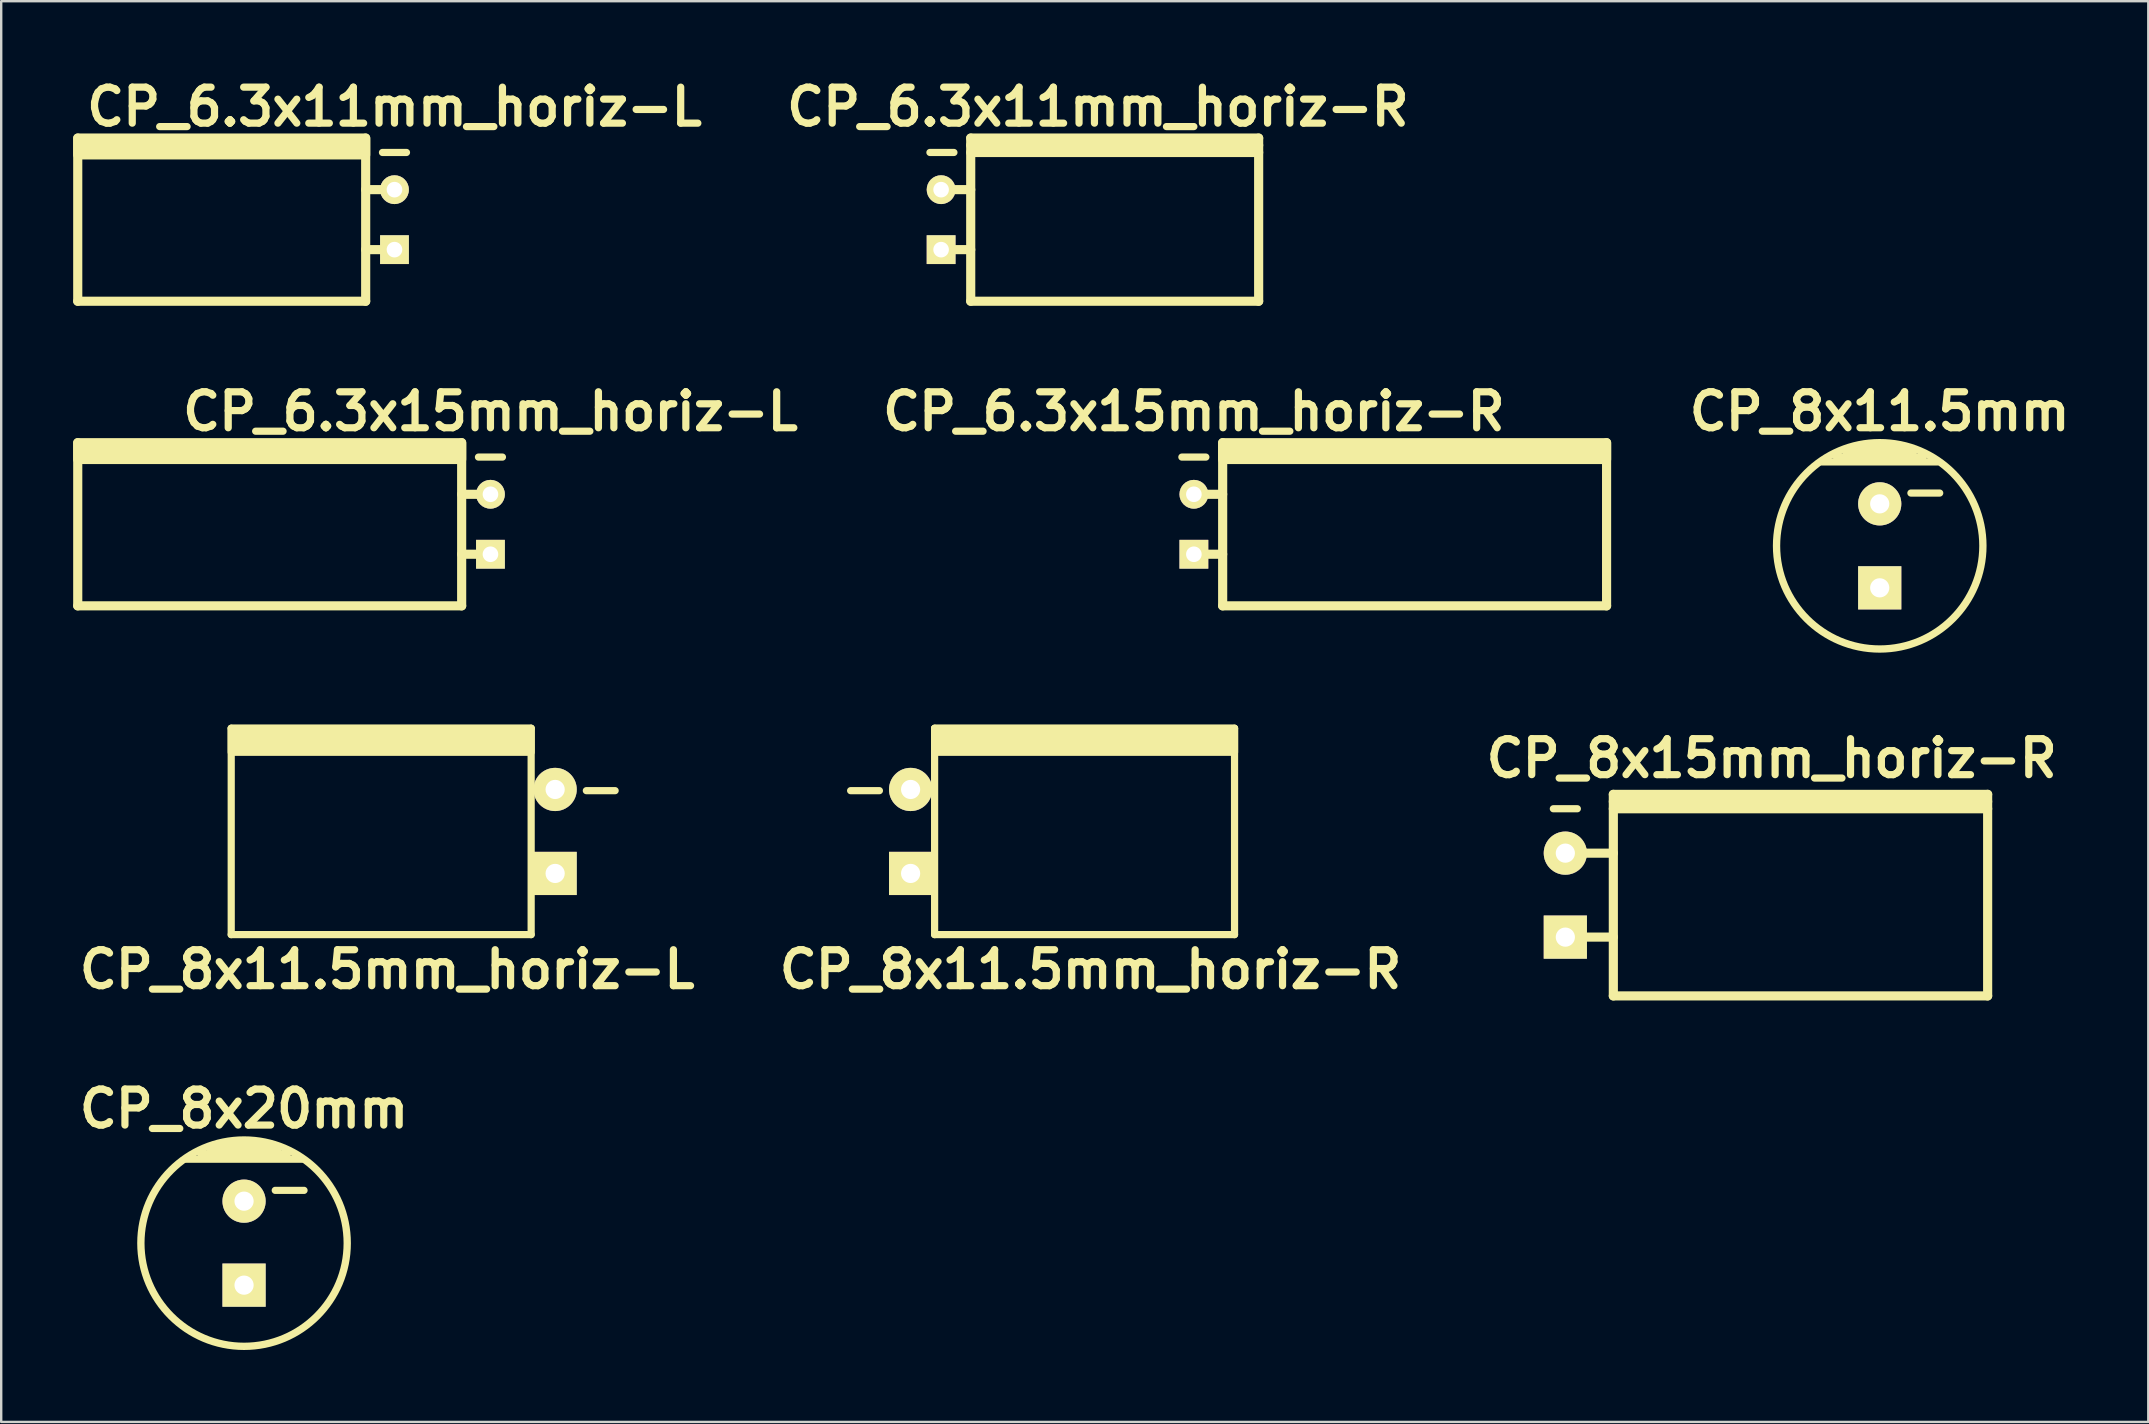
<source format=kicad_pcb>
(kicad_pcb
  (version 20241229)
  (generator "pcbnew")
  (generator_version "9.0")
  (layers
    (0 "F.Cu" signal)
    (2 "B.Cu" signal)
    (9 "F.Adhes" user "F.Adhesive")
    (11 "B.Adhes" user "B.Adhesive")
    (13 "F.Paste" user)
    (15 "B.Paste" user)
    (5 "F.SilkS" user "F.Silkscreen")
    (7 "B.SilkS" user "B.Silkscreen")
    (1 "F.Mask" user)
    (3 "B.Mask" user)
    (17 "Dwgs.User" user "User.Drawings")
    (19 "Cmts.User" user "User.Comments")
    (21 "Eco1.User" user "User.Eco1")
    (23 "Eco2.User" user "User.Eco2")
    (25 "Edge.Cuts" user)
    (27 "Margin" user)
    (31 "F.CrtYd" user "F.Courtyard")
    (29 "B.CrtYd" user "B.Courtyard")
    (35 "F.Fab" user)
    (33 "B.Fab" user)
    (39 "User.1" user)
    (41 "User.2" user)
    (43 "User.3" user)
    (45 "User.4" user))
  (footprint "CP_6.3x11mm_horiz-R"
    (layer "F.Cu")
    (at 42.705 6.104)
    (property "Reference" "CP_6.3x11mm_horiz-R" (at 0 -4.7 0) (layer "F.SilkS") (effects (font (size 1.5 1.5) (thickness 0.3))))
    (attr through_hole)
    (fp_line (start -7 -2.8) (end -6 -2.8) (stroke (width 0.3) (type solid)) (layer "F.SilkS"))
    (fp_line (start -6.5 -1.25) (end -5.3 -1.25) (stroke (width 0.381) (type solid)) (layer "F.SilkS"))
    (fp_line (start -6.5 1.25) (end -5.3 1.25) (stroke (width 0.381) (type solid)) (layer "F.SilkS"))
    (fp_line (start -5.3 -3.1) (end 6.7 -3.1) (stroke (width 0.381) (type solid)) (layer "F.SilkS"))
    (fp_line (start -5.3 -2.8) (end 6.7 -2.8) (stroke (width 0.381) (type solid)) (layer "F.SilkS"))
    (fp_line (start -5.3 3.4) (end -5.3 -3.4) (stroke (width 0.381) (type solid)) (layer "F.SilkS"))
    (fp_line (start 6.7 -3.4) (end -5.3 -3.4) (stroke (width 0.381) (type solid)) (layer "F.SilkS"))
    (fp_line (start 6.7 -3.4) (end 6.7 3.4) (stroke (width 0.381) (type solid)) (layer "F.SilkS"))
    (fp_line (start 6.7 3.4) (end -5.3 3.4) (stroke (width 0.381) (type solid)) (layer "F.SilkS"))
    (pad "1" thru_hole rect (at -6.534 1.25) (size 1.2 1.2) (drill 0.65) (layers "*.Cu" "*.Mask" "F.SilkS"))
    (pad "2" thru_hole circle (at -6.534 -1.25) (size 1.2 1.2) (drill 0.65) (layers "*.Cu" "*.Mask" "F.SilkS")))
  (footprint "CP_8x11.5mm_horiz-R"
    (layer "F.Cu")
    (at 34.9 31.601)
    (property "Reference" "CP_8x11.5mm_horiz-R" (at 7.5 5.75 0) (layer "F.SilkS") (effects (font (size 1.5 1.5) (thickness 0.3))))
    (attr through_hole)
    (fp_line (start -2.5 -1.7) (end -1.3 -1.7) (stroke (width 0.3) (type solid)) (layer "F.SilkS"))
    (fp_line (start 1 -4.3) (end 1 4.3) (stroke (width 0.3) (type solid)) (layer "F.SilkS"))
    (fp_line (start 1 -4.3) (end 13.5 -4.3) (stroke (width 0.3) (type solid)) (layer "F.SilkS"))
    (fp_line (start 13.5 4.3) (end 1 4.3) (stroke (width 0.3) (type solid)) (layer "F.SilkS"))
    (fp_line (start 13.5 4.3) (end 13.5 -4.3) (stroke (width 0.3) (type solid)) (layer "F.SilkS"))
    (fp_poly (pts (xy 13.5 -3.3) (xy 1 -3.3) (xy 1 -4.3) (xy 13.5 -4.3)) (stroke (width 0.3) (type solid)) (fill yes) (layer "F.SilkS"))
    (pad "1" thru_hole rect (at 0 1.75) (size 1.8 1.8) (drill 0.8) (layers "*.Cu" "*.Mask" "F.SilkS"))
    (pad "2" thru_hole circle (at 0 -1.75) (size 1.8 1.8) (drill 0.8) (layers "*.Cu" "*.Mask" "F.SilkS")))
  (footprint "CP_8x20mm"
    (layer "F.Cu")
    (at 7.121 48.759)
    (property "Reference" "CP_8x20mm" (at 0 -5.6 0) (layer "F.SilkS") (effects (font (size 1.5 1.5) (thickness 0.3))))
    (attr through_hole)
    (fp_line (start -2.4 -3.5) (end 2.4 -3.5) (stroke (width 0.305) (type solid)) (layer "F.SilkS"))
    (fp_line (start -1.8 -3.7) (end 1.8 -3.7) (stroke (width 0.305) (type solid)) (layer "F.SilkS"))
    (fp_line (start -1.4 -3.9) (end 1.4 -3.9) (stroke (width 0.305) (type solid)) (layer "F.SilkS"))
    (fp_line (start -0.8 -4.1) (end 0.9 -4.1) (stroke (width 0.305) (type solid)) (layer "F.SilkS"))
    (fp_line (start 1.3 -2.2) (end 2.5 -2.2) (stroke (width 0.3) (type solid)) (layer "F.SilkS"))
    (fp_circle (center 0 0) (end -4.3 0) (stroke (width 0.305) (type solid)) (fill no) (layer "F.SilkS"))
    (pad "1" thru_hole rect (at 0 1.75) (size 1.8 1.8) (drill 0.8) (layers "*.Cu" "*.Mask" "F.SilkS"))
    (pad "2" thru_hole circle (at 0 -1.75) (size 1.8 1.8) (drill 0.8) (layers "*.Cu" "*.Mask" "F.SilkS")))
  (footprint "CP_8x11.5mm"
    (layer "F.Cu")
    (at 75.288 19.698)
    (property "Reference" "CP_8x11.5mm" (at 0 -5.6 0) (layer "F.SilkS") (effects (font (size 1.5 1.5) (thickness 0.3))))
    (attr through_hole)
    (fp_line (start -2.4 -3.5) (end 2.4 -3.5) (stroke (width 0.305) (type solid)) (layer "F.SilkS"))
    (fp_line (start -1.8 -3.7) (end 1.8 -3.7) (stroke (width 0.305) (type solid)) (layer "F.SilkS"))
    (fp_line (start -1.4 -3.9) (end 1.4 -3.9) (stroke (width 0.305) (type solid)) (layer "F.SilkS"))
    (fp_line (start -0.8 -4.1) (end 0.9 -4.1) (stroke (width 0.305) (type solid)) (layer "F.SilkS"))
    (fp_line (start 1.3 -2.2) (end 2.5 -2.2) (stroke (width 0.3) (type solid)) (layer "F.SilkS"))
    (fp_circle (center 0 0) (end -4.3 0) (stroke (width 0.305) (type solid)) (fill no) (layer "F.SilkS"))
    (pad "1" thru_hole rect (at 0 1.75) (size 1.8 1.8) (drill 0.8) (layers "*.Cu" "*.Mask" "F.SilkS"))
    (pad "2" thru_hole circle (at 0 -1.75) (size 1.8 1.8) (drill 0.8) (layers "*.Cu" "*.Mask" "F.SilkS")))
  (footprint "CP_6.3x11mm_horiz-L"
    (layer "F.Cu")
    (at 13.39 6.104)
    (property "Reference" "CP_6.3x11mm_horiz-L" (at 0 -4.7 0) (layer "F.SilkS") (effects (font (size 1.5 1.5) (thickness 0.3))))
    (attr through_hole)
    (fp_line (start -13.2 3.4) (end -13.2 -3.4) (stroke (width 0.381) (type solid)) (layer "F.SilkS"))
    (fp_line (start -1.2 -3.4) (end -1.2 3.4) (stroke (width 0.381) (type solid)) (layer "F.SilkS"))
    (fp_line (start -1.2 -1.25) (end 0 -1.25) (stroke (width 0.381) (type solid)) (layer "F.SilkS"))
    (fp_line (start -1.2 1.25) (end 0 1.25) (stroke (width 0.381) (type solid)) (layer "F.SilkS"))
    (fp_line (start -1.2 3.4) (end -13.2 3.4) (stroke (width 0.381) (type solid)) (layer "F.SilkS"))
    (fp_line (start -0.5 -2.8) (end 0.5 -2.8) (stroke (width 0.3) (type solid)) (layer "F.SilkS"))
    (fp_poly (pts (xy -1.2 -2.7) (xy -13.2 -2.7) (xy -13.2 -3.4) (xy -1.2 -3.4)) (stroke (width 0.381) (type solid)) (fill yes) (layer "F.SilkS"))
    (pad "1" thru_hole rect (at 0 1.25) (size 1.2 1.2) (drill 0.65) (layers "*.Cu" "*.Mask" "F.SilkS"))
    (pad "2" thru_hole circle (at 0 -1.25) (size 1.2 1.2) (drill 0.65) (layers "*.Cu" "*.Mask" "F.SilkS")))
  (footprint "CP_8x11.5mm_horiz-L"
    (layer "F.Cu")
    (at 20.086 31.601)
    (property "Reference" "CP_8x11.5mm_horiz-L" (at -7 5.75 0) (layer "F.SilkS") (effects (font (size 1.5 1.5) (thickness 0.3))))
    (attr through_hole)
    (fp_line (start -13.5 -4.3) (end -13.5 4.3) (stroke (width 0.3) (type solid)) (layer "F.SilkS"))
    (fp_line (start -13.5 -4.3) (end -1 -4.3) (stroke (width 0.3) (type solid)) (layer "F.SilkS"))
    (fp_line (start -1 4.3) (end -13.5 4.3) (stroke (width 0.3) (type solid)) (layer "F.SilkS"))
    (fp_line (start -1 4.3) (end -1 -4.3) (stroke (width 0.3) (type solid)) (layer "F.SilkS"))
    (fp_line (start 1.3 -1.7) (end 2.5 -1.7) (stroke (width 0.3) (type solid)) (layer "F.SilkS"))
    (fp_poly (pts (xy -1 -3.3) (xy -13.5 -3.3) (xy -13.5 -4.3) (xy -1 -4.3)) (stroke (width 0.3) (type solid)) (fill yes) (layer "F.SilkS"))
    (pad "1" thru_hole rect (at 0 1.75) (size 1.8 1.8) (drill 0.8) (layers "*.Cu" "*.Mask" "F.SilkS"))
    (pad "2" thru_hole circle (at 0 -1.75) (size 1.8 1.8) (drill 0.8) (layers "*.Cu" "*.Mask" "F.SilkS")))
  (footprint "CP_8x15mm_horiz-R"
    (layer "F.Cu")
    (at 70.786 34.255)
    (property "Reference" "CP_8x15mm_horiz-R" (at 0 -5.7 0) (layer "F.SilkS") (effects (font (size 1.5 1.5) (thickness 0.3))))
    (attr through_hole)
    (fp_line (start -9.1 -3.6) (end -8.1 -3.6) (stroke (width 0.3) (type solid)) (layer "F.SilkS"))
    (fp_line (start -8.6 -1.75) (end -6.6 -1.75) (stroke (width 0.381) (type solid)) (layer "F.SilkS"))
    (fp_line (start -8.6 1.75) (end -6.6 1.75) (stroke (width 0.381) (type solid)) (layer "F.SilkS"))
    (fp_line (start -6.6 -3.9) (end 9 -3.9) (stroke (width 0.381) (type solid)) (layer "F.SilkS"))
    (fp_line (start -6.6 -3.6) (end 9 -3.6) (stroke (width 0.381) (type solid)) (layer "F.SilkS"))
    (fp_line (start -6.6 4.2) (end -6.6 -4.2) (stroke (width 0.381) (type solid)) (layer "F.SilkS"))
    (fp_line (start 9 -4.2) (end -6.6 -4.2) (stroke (width 0.381) (type solid)) (layer "F.SilkS"))
    (fp_line (start 9 -4.2) (end 9 4.2) (stroke (width 0.381) (type solid)) (layer "F.SilkS"))
    (fp_line (start 9 4.2) (end -6.6 4.2) (stroke (width 0.381) (type solid)) (layer "F.SilkS"))
    (pad "1" thru_hole rect (at -8.6 1.75) (size 1.8 1.8) (drill 0.8) (layers "*.Cu" "*.Mask" "F.SilkS"))
    (pad "2" thru_hole circle (at -8.6 -1.75) (size 1.8 1.8) (drill 0.8) (layers "*.Cu" "*.Mask" "F.SilkS")))
  (footprint "CP_6.3x15mm_horiz-R"
    (layer "F.Cu")
    (at 46.705 18.799)
    (property "Reference" "CP_6.3x15mm_horiz-R" (at 0 -4.7 0) (layer "F.SilkS") (effects (font (size 1.5 1.5) (thickness 0.3))))
    (attr through_hole)
    (fp_line (start -0.5 -2.8) (end 0.5 -2.8) (stroke (width 0.3) (type solid)) (layer "F.SilkS"))
    (fp_line (start 0 -1.25) (end 1.2 -1.25) (stroke (width 0.381) (type solid)) (layer "F.SilkS"))
    (fp_line (start 0 1.25) (end 1.2 1.25) (stroke (width 0.381) (type solid)) (layer "F.SilkS"))
    (fp_line (start 1.2 3.4) (end 1.2 -3.4) (stroke (width 0.381) (type solid)) (layer "F.SilkS"))
    (fp_line (start 17.2 -3.4) (end 17.2 3.4) (stroke (width 0.381) (type solid)) (layer "F.SilkS"))
    (fp_line (start 17.2 3.4) (end 1.2 3.4) (stroke (width 0.381) (type solid)) (layer "F.SilkS"))
    (fp_poly (pts (xy 17.2 -2.7) (xy 1.2 -2.7) (xy 1.2 -3.4) (xy 17.2 -3.4)) (stroke (width 0.381) (type solid)) (fill yes) (layer "F.SilkS"))
    (pad "1" thru_hole rect (at 0 1.25) (size 1.2 1.2) (drill 0.65) (layers "*.Cu" "*.Mask" "F.SilkS"))
    (pad "2" thru_hole circle (at 0 -1.25) (size 1.2 1.2) (drill 0.65) (layers "*.Cu" "*.Mask" "F.SilkS")))
  (footprint "CP_6.3x15mm_horiz-L"
    (layer "F.Cu")
    (at 17.39 18.799)
    (property "Reference" "CP_6.3x15mm_horiz-L" (at 0 -4.7 0) (layer "F.SilkS") (effects (font (size 1.5 1.5) (thickness 0.3))))
    (attr through_hole)
    (fp_line (start -17.2 3.4) (end -17.2 -3.4) (stroke (width 0.381) (type solid)) (layer "F.SilkS"))
    (fp_line (start -1.2 -3.4) (end -1.2 3.4) (stroke (width 0.381) (type solid)) (layer "F.SilkS"))
    (fp_line (start -1.2 -1.25) (end 0 -1.25) (stroke (width 0.381) (type solid)) (layer "F.SilkS"))
    (fp_line (start -1.2 1.25) (end 0 1.25) (stroke (width 0.381) (type solid)) (layer "F.SilkS"))
    (fp_line (start -1.2 3.4) (end -17.2 3.4) (stroke (width 0.381) (type solid)) (layer "F.SilkS"))
    (fp_line (start -0.5 -2.8) (end 0.5 -2.8) (stroke (width 0.3) (type solid)) (layer "F.SilkS"))
    (fp_poly (pts (xy -1.2 -2.7) (xy -17.2 -2.7) (xy -17.2 -3.4) (xy -1.2 -3.4)) (stroke (width 0.381) (type solid)) (fill yes) (layer "F.SilkS"))
    (pad "1" thru_hole rect (at 0 1.25) (size 1.2 1.2) (drill 0.65) (layers "*.Cu" "*.Mask" "F.SilkS"))
    (pad "2" thru_hole circle (at 0 -1.25) (size 1.2 1.2) (drill 0.65) (layers "*.Cu" "*.Mask" "F.SilkS")))
  (gr_rect
    (start -3 -3)
    (end 86.481 56.211)
    (stroke (width 0.1) (type default))
    (fill no)
    (layer "Edge.Cuts")))
</source>
